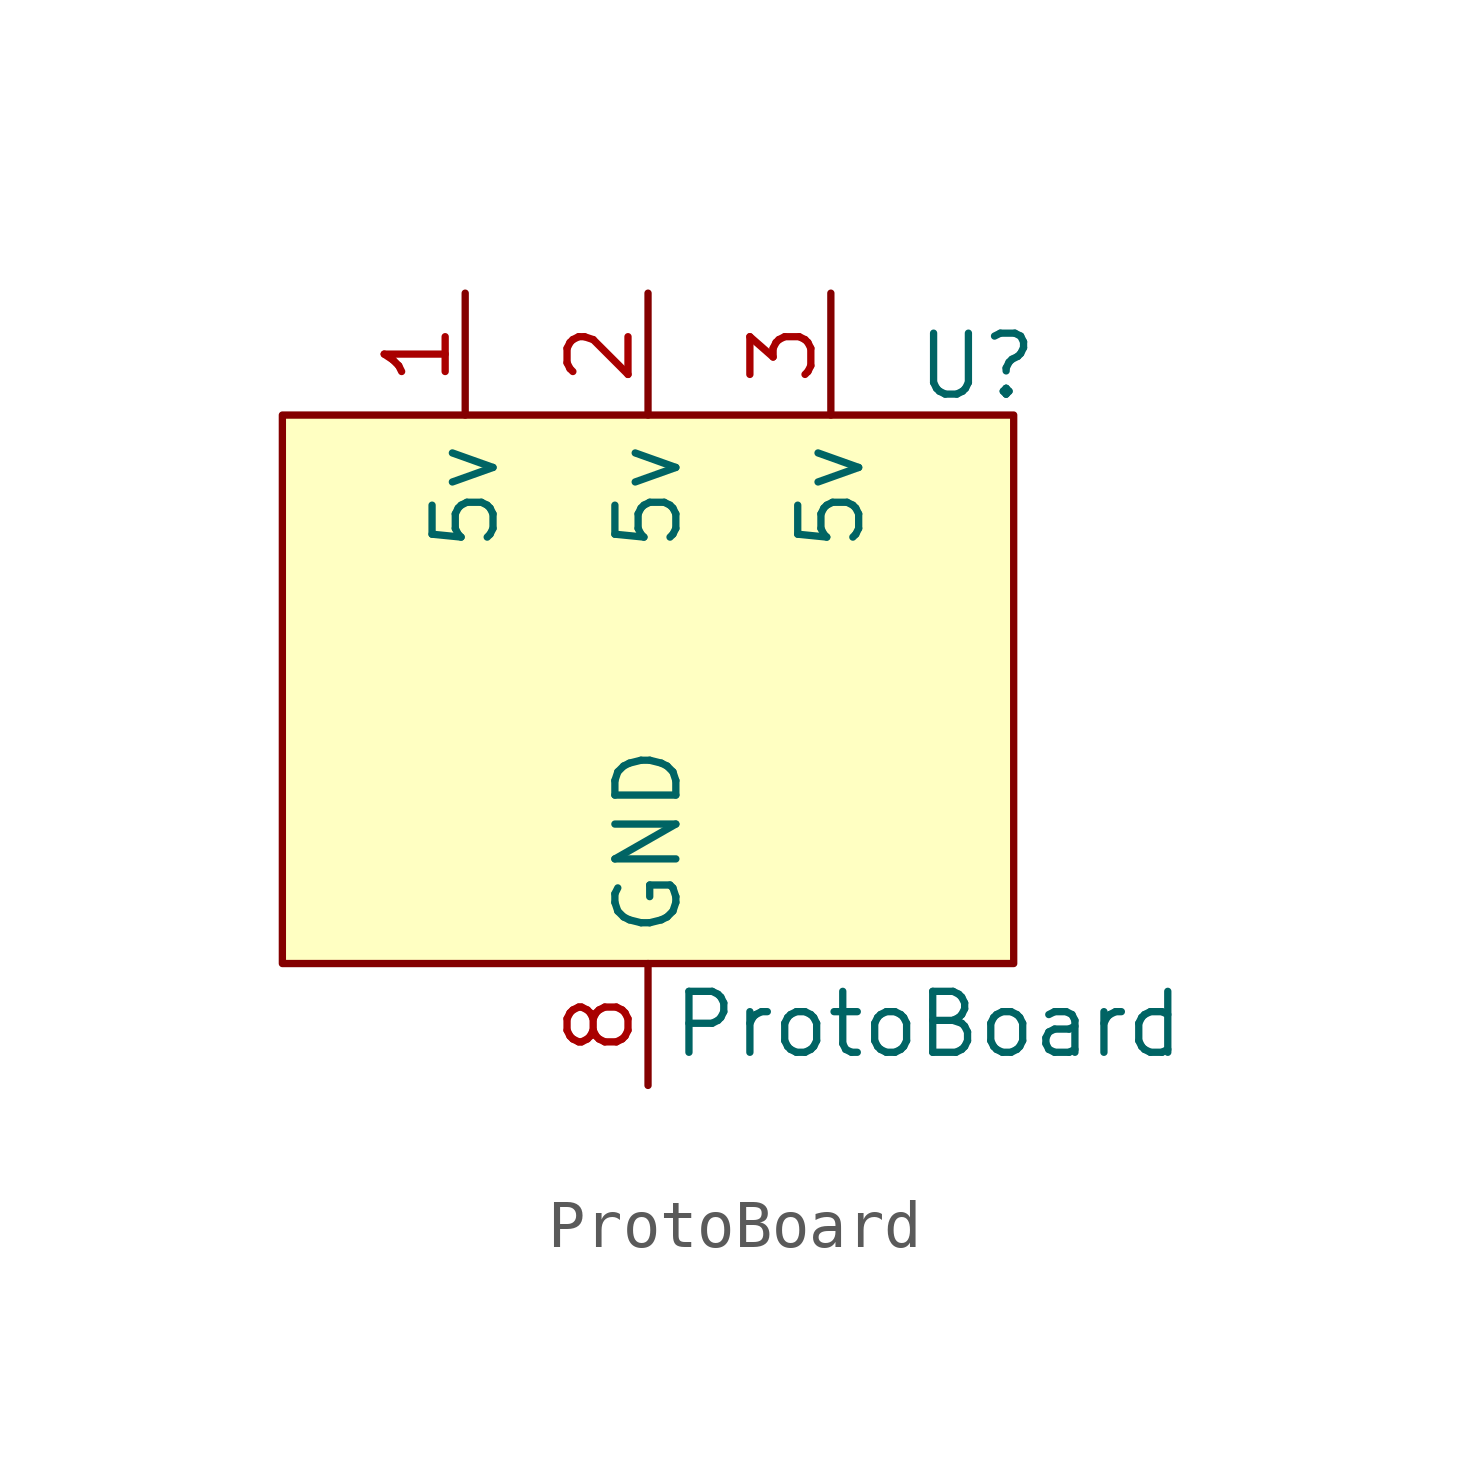
<source format=kicad_sym>
(kicad_symbol_lib
  (version 20231120)
  (generator "kicad_symbol_editor")
  (generator_version "8.0")
  (symbol "ProtoBoard"
    (property "Reference" "U"
      (at 6.858 11.176 0)
      (effects (font (size 1.27 1.27))))
    (property "Value" "ProtoBoard"
      (at 5.842 -2.54 0)
      (effects (font (size 1.27 1.27))))
    (symbol "ProtoBoard_0_1"
      (rectangle (start -7.62 10.16) (end 7.62 -1.27) (stroke (width 0) (type default)) (fill (type background))))
    (symbol "ProtoBoard_1_1"
      (pin power_in line (at -3.81 12.7 270) (length 2.54) (name "5v" (effects (font (size 1.27 1.27)))) (number "1" (effects (font (size 1.27 1.27)))))
      (pin power_in line (at 0 12.7 270) (length 2.54) (name "5v" (effects (font (size 1.27 1.27)))) (number "2" (effects (font (size 1.27 1.27)))))
      (pin power_in line (at 3.81 12.7 270) (length 2.54) (name "5v" (effects (font (size 1.27 1.27)))) (number "3" (effects (font (size 1.27 1.27)))))
      (pin power_in line (at 0 -3.81 90) (length 2.54) (name "GND" (effects (font (size 1.27 1.27)))) (number "8" (effects (font (size 1.27 1.27))))))))
</source>
